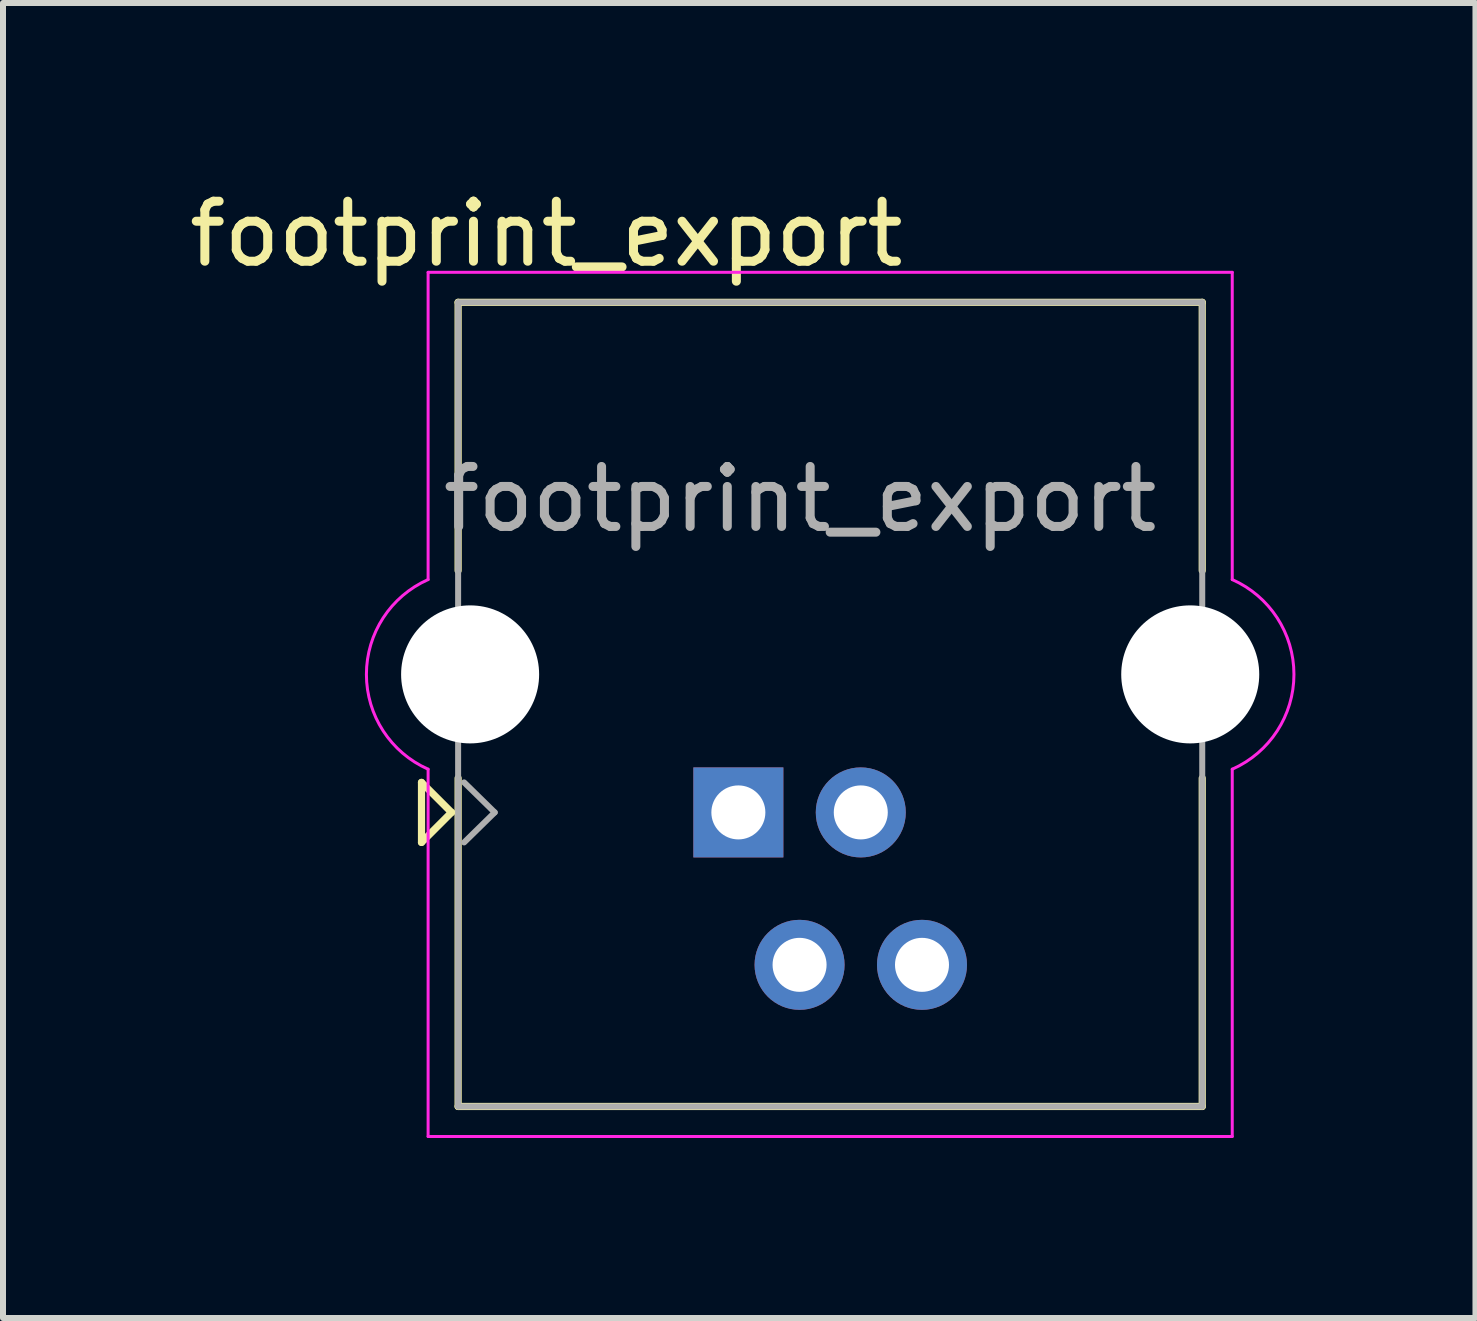
<source format=kicad_pcb>
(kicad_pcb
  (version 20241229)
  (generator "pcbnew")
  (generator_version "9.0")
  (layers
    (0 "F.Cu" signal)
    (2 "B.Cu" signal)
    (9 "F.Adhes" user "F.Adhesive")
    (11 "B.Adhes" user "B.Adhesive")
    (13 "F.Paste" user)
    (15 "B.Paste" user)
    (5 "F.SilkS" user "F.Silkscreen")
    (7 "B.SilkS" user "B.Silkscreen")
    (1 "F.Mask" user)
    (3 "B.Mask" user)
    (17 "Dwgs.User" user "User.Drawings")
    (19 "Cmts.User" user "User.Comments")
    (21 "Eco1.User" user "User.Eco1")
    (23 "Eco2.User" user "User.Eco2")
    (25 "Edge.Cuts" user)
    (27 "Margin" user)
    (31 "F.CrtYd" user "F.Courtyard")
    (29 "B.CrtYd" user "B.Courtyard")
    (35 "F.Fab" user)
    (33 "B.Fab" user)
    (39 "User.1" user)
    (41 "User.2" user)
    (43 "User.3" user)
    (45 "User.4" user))
  (footprint "footprint_export"
    (layer "F.Cu")
    (at 9.254 10.488)
    (property "Reference" "footprint_export" (at -3.2 -9.64 180) (layer "F.SilkS") (effects (font (size 1 1) (thickness 0.15))))
    (attr through_hole)
    (fp_line (start -5.28 -0.5) (end -4.78 0) (stroke (width 0.12) (type solid)) (layer "F.SilkS"))
    (fp_line (start -5.28 0.5) (end -5.28 -0.5) (stroke (width 0.12) (type solid)) (layer "F.SilkS"))
    (fp_line (start -4.78 0) (end -5.28 0.5) (stroke (width 0.12) (type solid)) (layer "F.SilkS"))
    (fp_line (start -4.67 -8.5) (end -4.67 -4.03) (stroke (width 0.12) (type solid)) (layer "F.SilkS"))
    (fp_line (start -4.67 -8.5) (end 7.73 -8.5) (stroke (width 0.12) (type solid)) (layer "F.SilkS"))
    (fp_line (start -4.67 4.9) (end -4.67 -0.57) (stroke (width 0.12) (type solid)) (layer "F.SilkS"))
    (fp_line (start 7.73 -8.5) (end 7.73 -4.03) (stroke (width 0.12) (type solid)) (layer "F.SilkS"))
    (fp_line (start 7.73 -0.57) (end 7.73 4.9) (stroke (width 0.12) (type solid)) (layer "F.SilkS"))
    (fp_line (start 7.73 4.9) (end -4.67 4.9) (stroke (width 0.12) (type solid)) (layer "F.SilkS"))
    (fp_line (start -5.17 -9) (end 8.23 -9) (stroke (width 0.05) (type solid)) (layer "F.CrtYd"))
    (fp_line (start -5.17 -3.88) (end -5.17 -9) (stroke (width 0.05) (type solid)) (layer "F.CrtYd"))
    (fp_line (start -5.17 5.4) (end -5.17 -0.72) (stroke (width 0.05) (type solid)) (layer "F.CrtYd"))
    (fp_line (start 8.23 -9) (end 8.23 -3.88) (stroke (width 0.05) (type solid)) (layer "F.CrtYd"))
    (fp_line (start 8.23 5.4) (end -5.17 5.4) (stroke (width 0.05) (type solid)) (layer "F.CrtYd"))
    (fp_line (start 8.23 5.4) (end 8.23 -0.72) (stroke (width 0.05) (type solid)) (layer "F.CrtYd"))
    (fp_arc (start -5.17 -0.72) (mid -6.19812 -2.3) (end -5.17 -3.88) (stroke (width 0.05) (type solid)) (layer "F.CrtYd"))
    (fp_arc (start 8.23 -3.88) (mid 9.25812 -2.3) (end 8.23 -0.72) (stroke (width 0.05) (type solid)) (layer "F.CrtYd"))
    (fp_line (start -4.67 -8.5) (end 7.73 -8.5) (stroke (width 0.1) (type solid)) (layer "F.Fab"))
    (fp_line (start -4.67 4.9) (end -4.67 -8.5) (stroke (width 0.1) (type solid)) (layer "F.Fab"))
    (fp_line (start -4.57 -0.5) (end -4.06 0) (stroke (width 0.1) (type solid)) (layer "F.Fab"))
    (fp_line (start -4.06 0) (end -4.57 0.5) (stroke (width 0.1) (type solid)) (layer "F.Fab"))
    (fp_line (start 7.73 -8.5) (end 7.73 4.9) (stroke (width 0.1) (type solid)) (layer "F.Fab"))
    (fp_line (start 7.73 4.9) (end -4.67 4.9) (stroke (width 0.1) (type solid)) (layer "F.Fab"))
    (fp_text user "${REFERENCE}" (at 1.03 -5.22 180) (layer "F.Fab") (effects (font (size 1 1) (thickness 0.15))))
    (pad "" np_thru_hole circle (at -4.47 -2.3 180) (size 2.3 2.3) (drill 2.3) (layers "*.Cu" "*.Mask"))
    (pad "" np_thru_hole circle (at 7.53 -2.3 180) (size 2.3 2.3) (drill 2.3) (layers "*.Cu" "*.Mask"))
    (pad "1" thru_hole rect (at 0 0 180) (size 1.5 1.5) (drill 0.9) (layers "*.Cu" "*.Mask"))
    (pad "2" thru_hole circle (at 1.02 2.54 180) (size 1.5 1.5) (drill 0.9) (layers "*.Cu" "*.Mask"))
    (pad "3" thru_hole circle (at 2.04 0 180) (size 1.5 1.5) (drill 0.9) (layers "*.Cu" "*.Mask"))
    (pad "4" thru_hole circle (at 3.06 2.54 180) (size 1.5 1.5) (drill 0.9) (layers "*.Cu" "*.Mask")))
  (gr_rect
    (start -3 -3)
    (end 21.537 18.913)
    (stroke (width 0.1) (type default))
    (fill no)
    (layer "Edge.Cuts")))
</source>
